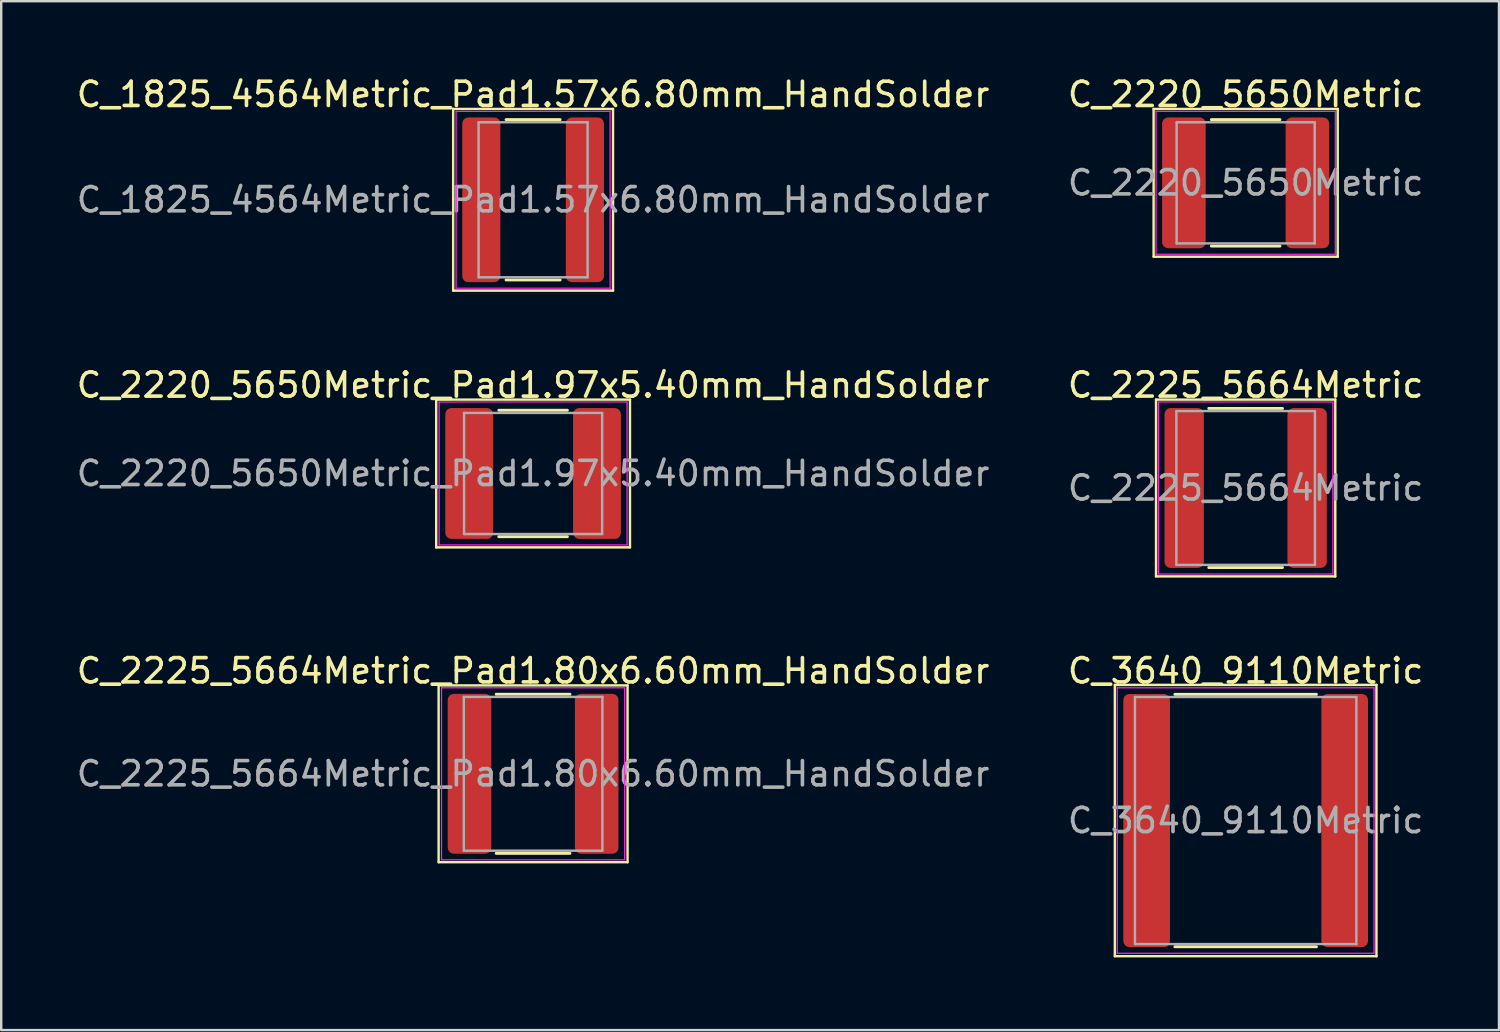
<source format=kicad_pcb>
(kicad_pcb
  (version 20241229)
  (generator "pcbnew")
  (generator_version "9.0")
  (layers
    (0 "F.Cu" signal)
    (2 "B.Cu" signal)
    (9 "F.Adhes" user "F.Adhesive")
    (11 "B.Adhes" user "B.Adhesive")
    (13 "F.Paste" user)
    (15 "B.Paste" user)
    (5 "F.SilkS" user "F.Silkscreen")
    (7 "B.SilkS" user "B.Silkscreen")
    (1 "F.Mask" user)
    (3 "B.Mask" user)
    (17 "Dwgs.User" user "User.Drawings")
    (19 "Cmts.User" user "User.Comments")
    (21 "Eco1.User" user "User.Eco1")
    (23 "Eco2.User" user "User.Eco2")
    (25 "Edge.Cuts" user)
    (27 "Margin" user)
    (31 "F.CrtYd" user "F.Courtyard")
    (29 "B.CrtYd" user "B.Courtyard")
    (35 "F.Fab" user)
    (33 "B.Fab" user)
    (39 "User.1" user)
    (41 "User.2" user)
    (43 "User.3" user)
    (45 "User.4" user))
  (footprint "C_2220_5650Metric"
    (layer "F.Cu")
    (at 48.375 4.498)
    (property "Reference" "C_2220_5650Metric" (at 0 -3.65 0) (layer "F.SilkS") (effects (font (size 1 1) (thickness 0.15))))
    (attr smd)
    (fp_line (start -3.8 -3.05) (end 3.8 -3.05) (stroke (width 0.1) (type default)) (layer "F.SilkS"))
    (fp_line (start -3.8 3.05) (end -3.8 -3.05) (stroke (width 0.1) (type default)) (layer "F.SilkS"))
    (fp_line (start -1.416 -2.61) (end 1.416 -2.61) (stroke (width 0.12) (type solid)) (layer "F.SilkS"))
    (fp_line (start -1.416 2.61) (end 1.416 2.61) (stroke (width 0.12) (type solid)) (layer "F.SilkS"))
    (fp_line (start 3.8 -3.05) (end 3.8 3.05) (stroke (width 0.1) (type default)) (layer "F.SilkS"))
    (fp_line (start 3.8 3.05) (end -3.8 3.05) (stroke (width 0.1) (type default)) (layer "F.SilkS"))
    (fp_line (start -3.7 -2.95) (end 3.7 -2.95) (stroke (width 0.05) (type solid)) (layer "F.CrtYd"))
    (fp_line (start -3.7 2.95) (end -3.7 -2.95) (stroke (width 0.05) (type solid)) (layer "F.CrtYd"))
    (fp_line (start 3.7 -2.95) (end 3.7 2.95) (stroke (width 0.05) (type solid)) (layer "F.CrtYd"))
    (fp_line (start 3.7 2.95) (end -3.7 2.95) (stroke (width 0.05) (type solid)) (layer "F.CrtYd"))
    (fp_line (start -2.85 -2.5) (end 2.85 -2.5) (stroke (width 0.1) (type solid)) (layer "F.Fab"))
    (fp_line (start -2.85 2.5) (end -2.85 -2.5) (stroke (width 0.1) (type solid)) (layer "F.Fab"))
    (fp_line (start 2.85 -2.5) (end 2.85 2.5) (stroke (width 0.1) (type solid)) (layer "F.Fab"))
    (fp_line (start 2.85 2.5) (end -2.85 2.5) (stroke (width 0.1) (type solid)) (layer "F.Fab"))
    (fp_text user "${REFERENCE}" (at 0 0 0) (layer "F.Fab") (effects (font (size 1 1) (thickness 0.15))))
    (pad "1" smd roundrect (at -2.55 0) (size 1.8 5.4) (layers "F.Cu" "F.Mask" "F.Paste") (roundrect_rratio 0.139))
    (pad "2" smd roundrect (at 2.55 0) (size 1.8 5.4) (layers "F.Cu" "F.Mask" "F.Paste") (roundrect_rratio 0.139)))
  (footprint "C_3640_9110Metric"
    (layer "F.Cu")
    (at 48.375 30.825)
    (property "Reference" "C_3640_9110Metric" (at 0 -6.18 0) (layer "F.SilkS") (effects (font (size 1 1) (thickness 0.15))))
    (attr smd)
    (fp_line (start -5.4 -5.6) (end 5.4 -5.6) (stroke (width 0.1) (type default)) (layer "F.SilkS"))
    (fp_line (start -5.4 5.6) (end -5.4 -5.6) (stroke (width 0.1) (type default)) (layer "F.SilkS"))
    (fp_line (start -2.922 -5.21) (end 2.922 -5.21) (stroke (width 0.12) (type solid)) (layer "F.SilkS"))
    (fp_line (start -2.922 5.21) (end 2.922 5.21) (stroke (width 0.12) (type solid)) (layer "F.SilkS"))
    (fp_line (start 5.4 -5.6) (end 5.4 5.6) (stroke (width 0.1) (type default)) (layer "F.SilkS"))
    (fp_line (start 5.4 5.6) (end -5.4 5.6) (stroke (width 0.1) (type default)) (layer "F.SilkS"))
    (fp_line (start -5.3 -5.48) (end 5.3 -5.48) (stroke (width 0.05) (type solid)) (layer "F.CrtYd"))
    (fp_line (start -5.3 5.48) (end -5.3 -5.48) (stroke (width 0.05) (type solid)) (layer "F.CrtYd"))
    (fp_line (start 5.3 -5.48) (end 5.3 5.48) (stroke (width 0.05) (type solid)) (layer "F.CrtYd"))
    (fp_line (start 5.3 5.48) (end -5.3 5.48) (stroke (width 0.05) (type solid)) (layer "F.CrtYd"))
    (fp_line (start -4.57 -5.1) (end 4.57 -5.1) (stroke (width 0.1) (type solid)) (layer "F.Fab"))
    (fp_line (start -4.57 5.1) (end -4.57 -5.1) (stroke (width 0.1) (type solid)) (layer "F.Fab"))
    (fp_line (start 4.57 -5.1) (end 4.57 5.1) (stroke (width 0.1) (type solid)) (layer "F.Fab"))
    (fp_line (start 4.57 5.1) (end -4.57 5.1) (stroke (width 0.1) (type solid)) (layer "F.Fab"))
    (fp_text user "${REFERENCE}" (at 0 0 0) (layer "F.Fab") (effects (font (size 1 1) (thickness 0.15))))
    (pad "1" smd roundrect (at -4.088 0) (size 1.925 10.45) (layers "F.Cu" "F.Mask" "F.Paste") (roundrect_rratio 0.13))
    (pad "2" smd roundrect (at 4.088 0) (size 1.925 10.45) (layers "F.Cu" "F.Mask" "F.Paste") (roundrect_rratio 0.13)))
  (footprint "C_1825_4564Metric_Pad1.57x6.80mm_HandSolder"
    (layer "F.Cu")
    (at 18.958 5.198)
    (property "Reference" "C_1825_4564Metric_Pad1.57x6.80mm_HandSolder" (at 0 -4.35 0) (layer "F.SilkS") (effects (font (size 1 1) (thickness 0.15))))
    (attr smd)
    (fp_line (start -3.3 -3.75) (end 3.3 -3.75) (stroke (width 0.1) (type default)) (layer "F.SilkS"))
    (fp_line (start -3.3 3.75) (end -3.3 -3.75) (stroke (width 0.1) (type default)) (layer "F.SilkS"))
    (fp_line (start -1.116 -3.31) (end 1.116 -3.31) (stroke (width 0.12) (type solid)) (layer "F.SilkS"))
    (fp_line (start -1.116 3.31) (end 1.116 3.31) (stroke (width 0.12) (type solid)) (layer "F.SilkS"))
    (fp_line (start 3.3 -3.75) (end 3.3 3.75) (stroke (width 0.1) (type default)) (layer "F.SilkS"))
    (fp_line (start 3.3 3.75) (end -3.3 3.75) (stroke (width 0.1) (type default)) (layer "F.SilkS"))
    (fp_line (start -3.18 -3.65) (end 3.18 -3.65) (stroke (width 0.05) (type solid)) (layer "F.CrtYd"))
    (fp_line (start -3.18 3.65) (end -3.18 -3.65) (stroke (width 0.05) (type solid)) (layer "F.CrtYd"))
    (fp_line (start 3.18 -3.65) (end 3.18 3.65) (stroke (width 0.05) (type solid)) (layer "F.CrtYd"))
    (fp_line (start 3.18 3.65) (end -3.18 3.65) (stroke (width 0.05) (type solid)) (layer "F.CrtYd"))
    (fp_line (start -2.25 -3.2) (end 2.25 -3.2) (stroke (width 0.1) (type solid)) (layer "F.Fab"))
    (fp_line (start -2.25 3.2) (end -2.25 -3.2) (stroke (width 0.1) (type solid)) (layer "F.Fab"))
    (fp_line (start 2.25 -3.2) (end 2.25 3.2) (stroke (width 0.1) (type solid)) (layer "F.Fab"))
    (fp_line (start 2.25 3.2) (end -2.25 3.2) (stroke (width 0.1) (type solid)) (layer "F.Fab"))
    (fp_text user "${REFERENCE}" (at 0 0 0) (layer "F.Fab") (effects (font (size 1 1) (thickness 0.15))))
    (pad "1" smd roundrect (at -2.138 0) (size 1.575 6.8) (layers "F.Cu" "F.Mask" "F.Paste") (roundrect_rratio 0.159))
    (pad "2" smd roundrect (at 2.138 0) (size 1.575 6.8) (layers "F.Cu" "F.Mask" "F.Paste") (roundrect_rratio 0.159)))
  (footprint "C_2225_5664Metric_Pad1.80x6.60mm_HandSolder"
    (layer "F.Cu")
    (at 18.958 28.895)
    (property "Reference" "C_2225_5664Metric_Pad1.80x6.60mm_HandSolder" (at 0 -4.25 0) (layer "F.SilkS") (effects (font (size 1 1) (thickness 0.15))))
    (attr smd)
    (fp_line (start -3.9 -3.65) (end 3.9 -3.65) (stroke (width 0.1) (type default)) (layer "F.SilkS"))
    (fp_line (start -3.9 3.65) (end -3.9 -3.65) (stroke (width 0.1) (type default)) (layer "F.SilkS"))
    (fp_line (start -1.522 -3.285) (end 1.522 -3.285) (stroke (width 0.12) (type solid)) (layer "F.SilkS"))
    (fp_line (start -1.522 3.285) (end 1.522 3.285) (stroke (width 0.12) (type solid)) (layer "F.SilkS"))
    (fp_line (start 3.9 -3.65) (end 3.9 3.65) (stroke (width 0.1) (type default)) (layer "F.SilkS"))
    (fp_line (start 3.9 3.65) (end -3.9 3.65) (stroke (width 0.1) (type default)) (layer "F.SilkS"))
    (fp_line (start -3.78 -3.55) (end 3.78 -3.55) (stroke (width 0.05) (type solid)) (layer "F.CrtYd"))
    (fp_line (start -3.78 3.55) (end -3.78 -3.55) (stroke (width 0.05) (type solid)) (layer "F.CrtYd"))
    (fp_line (start 3.78 -3.55) (end 3.78 3.55) (stroke (width 0.05) (type solid)) (layer "F.CrtYd"))
    (fp_line (start 3.78 3.55) (end -3.78 3.55) (stroke (width 0.05) (type solid)) (layer "F.CrtYd"))
    (fp_line (start -2.86 -3.175) (end 2.86 -3.175) (stroke (width 0.1) (type solid)) (layer "F.Fab"))
    (fp_line (start -2.86 3.175) (end -2.86 -3.175) (stroke (width 0.1) (type solid)) (layer "F.Fab"))
    (fp_line (start 2.86 -3.175) (end 2.86 3.175) (stroke (width 0.1) (type solid)) (layer "F.Fab"))
    (fp_line (start 2.86 3.175) (end -2.86 3.175) (stroke (width 0.1) (type solid)) (layer "F.Fab"))
    (fp_text user "${REFERENCE}" (at 0 0 0) (layer "F.Fab") (effects (font (size 1 1) (thickness 0.15))))
    (pad "1" smd roundrect (at -2.625 0) (size 1.8 6.6) (layers "F.Cu" "F.Mask" "F.Paste") (roundrect_rratio 0.139))
    (pad "2" smd roundrect (at 2.625 0) (size 1.8 6.6) (layers "F.Cu" "F.Mask" "F.Paste") (roundrect_rratio 0.139)))
  (footprint "C_2225_5664Metric"
    (layer "F.Cu")
    (at 48.375 17.096)
    (property "Reference" "C_2225_5664Metric" (at 0 -4.25 0) (layer "F.SilkS") (effects (font (size 1 1) (thickness 0.15))))
    (attr smd)
    (fp_line (start -3.7 -3.65) (end 3.7 -3.65) (stroke (width 0.1) (type default)) (layer "F.SilkS"))
    (fp_line (start -3.7 3.65) (end -3.7 -3.65) (stroke (width 0.1) (type default)) (layer "F.SilkS"))
    (fp_line (start -1.522 -3.285) (end 1.522 -3.285) (stroke (width 0.12) (type solid)) (layer "F.SilkS"))
    (fp_line (start -1.522 3.285) (end 1.522 3.285) (stroke (width 0.12) (type solid)) (layer "F.SilkS"))
    (fp_line (start 3.7 -3.65) (end 3.7 3.65) (stroke (width 0.1) (type default)) (layer "F.SilkS"))
    (fp_line (start 3.7 3.65) (end -3.7 3.65) (stroke (width 0.1) (type default)) (layer "F.SilkS"))
    (fp_line (start -3.6 -3.55) (end 3.6 -3.55) (stroke (width 0.05) (type solid)) (layer "F.CrtYd"))
    (fp_line (start -3.6 3.55) (end -3.6 -3.55) (stroke (width 0.05) (type solid)) (layer "F.CrtYd"))
    (fp_line (start 3.6 -3.55) (end 3.6 3.55) (stroke (width 0.05) (type solid)) (layer "F.CrtYd"))
    (fp_line (start 3.6 3.55) (end -3.6 3.55) (stroke (width 0.05) (type solid)) (layer "F.CrtYd"))
    (fp_line (start -2.86 -3.175) (end 2.86 -3.175) (stroke (width 0.1) (type solid)) (layer "F.Fab"))
    (fp_line (start -2.86 3.175) (end -2.86 -3.175) (stroke (width 0.1) (type solid)) (layer "F.Fab"))
    (fp_line (start 2.86 -3.175) (end 2.86 3.175) (stroke (width 0.1) (type solid)) (layer "F.Fab"))
    (fp_line (start 2.86 3.175) (end -2.86 3.175) (stroke (width 0.1) (type solid)) (layer "F.Fab"))
    (fp_text user "${REFERENCE}" (at 0 0 0) (layer "F.Fab") (effects (font (size 1 1) (thickness 0.15))))
    (pad "1" smd roundrect (at -2.538 0) (size 1.625 6.6) (layers "F.Cu" "F.Mask" "F.Paste") (roundrect_rratio 0.154))
    (pad "2" smd roundrect (at 2.538 0) (size 1.625 6.6) (layers "F.Cu" "F.Mask" "F.Paste") (roundrect_rratio 0.154)))
  (footprint "C_2220_5650Metric_Pad1.97x5.40mm_HandSolder"
    (layer "F.Cu")
    (at 18.958 16.497)
    (property "Reference" "C_2220_5650Metric_Pad1.97x5.40mm_HandSolder" (at 0 -3.65 0) (layer "F.SilkS") (effects (font (size 1 1) (thickness 0.15))))
    (attr smd)
    (fp_line (start -4 -3.05) (end 4 -3.05) (stroke (width 0.1) (type default)) (layer "F.SilkS"))
    (fp_line (start -4 3.05) (end -4 -3.05) (stroke (width 0.1) (type default)) (layer "F.SilkS"))
    (fp_line (start -1.416 -2.61) (end 1.416 -2.61) (stroke (width 0.12) (type solid)) (layer "F.SilkS"))
    (fp_line (start -1.416 2.61) (end 1.416 2.61) (stroke (width 0.12) (type solid)) (layer "F.SilkS"))
    (fp_line (start 4 -3.05) (end 4 3.05) (stroke (width 0.1) (type default)) (layer "F.SilkS"))
    (fp_line (start 4 3.05) (end -4 3.05) (stroke (width 0.1) (type default)) (layer "F.SilkS"))
    (fp_line (start -3.88 -2.95) (end 3.88 -2.95) (stroke (width 0.05) (type solid)) (layer "F.CrtYd"))
    (fp_line (start -3.88 2.95) (end -3.88 -2.95) (stroke (width 0.05) (type solid)) (layer "F.CrtYd"))
    (fp_line (start 3.88 -2.95) (end 3.88 2.95) (stroke (width 0.05) (type solid)) (layer "F.CrtYd"))
    (fp_line (start 3.88 2.95) (end -3.88 2.95) (stroke (width 0.05) (type solid)) (layer "F.CrtYd"))
    (fp_line (start -2.85 -2.5) (end 2.85 -2.5) (stroke (width 0.1) (type solid)) (layer "F.Fab"))
    (fp_line (start -2.85 2.5) (end -2.85 -2.5) (stroke (width 0.1) (type solid)) (layer "F.Fab"))
    (fp_line (start 2.85 -2.5) (end 2.85 2.5) (stroke (width 0.1) (type solid)) (layer "F.Fab"))
    (fp_line (start 2.85 2.5) (end -2.85 2.5) (stroke (width 0.1) (type solid)) (layer "F.Fab"))
    (fp_text user "${REFERENCE}" (at 0 0 0) (layer "F.Fab") (effects (font (size 1 1) (thickness 0.15))))
    (pad "1" smd roundrect (at -2.638 0) (size 1.975 5.4) (layers "F.Cu" "F.Mask" "F.Paste") (roundrect_rratio 0.127))
    (pad "2" smd roundrect (at 2.638 0) (size 1.975 5.4) (layers "F.Cu" "F.Mask" "F.Paste") (roundrect_rratio 0.127)))
  (gr_rect
    (start -3 -3)
    (end 58.833 39.475)
    (stroke (width 0.1) (type default))
    (fill no)
    (layer "Edge.Cuts")))
</source>
